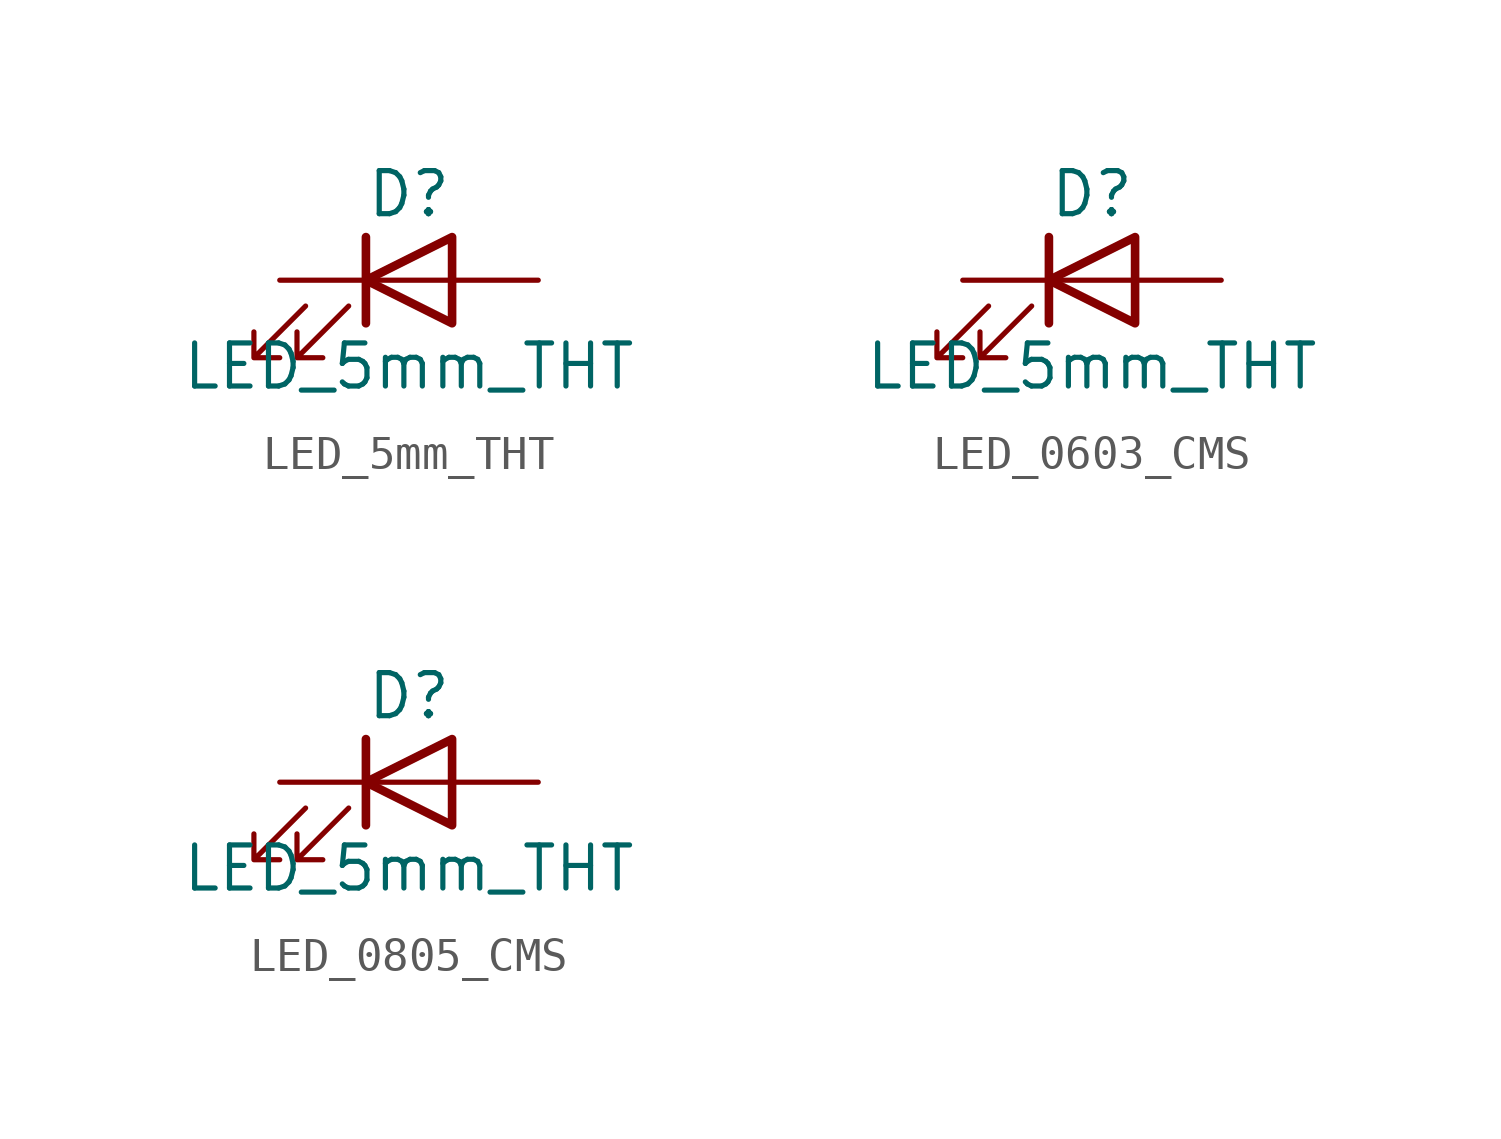
<source format=kicad_sym>
(kicad_symbol_lib
  (version 20231120)
  (generator "kicad_symbol_editor")
  (generator_version "8.0")
  (symbol "LED_5mm_THT"
    (pin_numbers hide)
    (pin_names
      (offset 1.016) hide)
    (property "Reference" "D"
      (at 0 2.54 0)
      (effects (font (size 1.27 1.27))))
    (property "Value" "LED_5mm_THT"
      (at 0 -2.54 0)
      (effects (font (size 1.27 1.27))))
    (symbol "LED_5mm_THT_0_1"
      (polyline (pts (xy -1.27 -1.27) (xy -1.27 1.27)) (stroke (width 0.254) (type default)) (fill (type none)))
      (polyline (pts (xy -1.27 0) (xy 1.27 0)) (stroke (width 0) (type default)) (fill (type none)))
      (polyline (pts (xy 1.27 -1.27) (xy 1.27 1.27) (xy -1.27 0) (xy 1.27 -1.27)) (stroke (width 0.254) (type default)) (fill (type none)))
      (polyline (pts (xy -3.048 -0.762) (xy -4.572 -2.286) (xy -3.81 -2.286) (xy -4.572 -2.286) (xy -4.572 -1.524)) (stroke (width 0) (type default)) (fill (type none)))
      (polyline (pts (xy -1.778 -0.762) (xy -3.302 -2.286) (xy -2.54 -2.286) (xy -3.302 -2.286) (xy -3.302 -1.524)) (stroke (width 0) (type default)) (fill (type none))))
    (symbol "LED_5mm_THT_1_1"
      (pin passive line (at -3.81 0 0) (length 2.54) (name "K" (effects (font (size 1.27 1.27)))) (number "1" (effects (font (size 1.27 1.27)))))
      (pin passive line (at 3.81 0 180) (length 2.54) (name "A" (effects (font (size 1.27 1.27)))) (number "2" (effects (font (size 1.27 1.27)))))))
  (symbol "LED_0603_CMS"
    (pin_numbers hide)
    (pin_names
      (offset 1.016) hide)
    (property "Reference" "D"
      (at 0 2.54 0)
      (effects (font (size 1.27 1.27))))
    (property "Value" "LED_5mm_THT"
      (at 0 -2.54 0)
      (effects (font (size 1.27 1.27))))
    (symbol "LED_0603_CMS_0_1"
      (polyline (pts (xy -1.27 -1.27) (xy -1.27 1.27)) (stroke (width 0.254) (type default)) (fill (type none)))
      (polyline (pts (xy -1.27 0) (xy 1.27 0)) (stroke (width 0) (type default)) (fill (type none)))
      (polyline (pts (xy 1.27 -1.27) (xy 1.27 1.27) (xy -1.27 0) (xy 1.27 -1.27)) (stroke (width 0.254) (type default)) (fill (type none)))
      (polyline (pts (xy -3.048 -0.762) (xy -4.572 -2.286) (xy -3.81 -2.286) (xy -4.572 -2.286) (xy -4.572 -1.524)) (stroke (width 0) (type default)) (fill (type none)))
      (polyline (pts (xy -1.778 -0.762) (xy -3.302 -2.286) (xy -2.54 -2.286) (xy -3.302 -2.286) (xy -3.302 -1.524)) (stroke (width 0) (type default)) (fill (type none))))
    (symbol "LED_0603_CMS_1_1"
      (pin passive line (at -3.81 0 0) (length 2.54) (name "K" (effects (font (size 1.27 1.27)))) (number "1" (effects (font (size 1.27 1.27)))))
      (pin passive line (at 3.81 0 180) (length 2.54) (name "A" (effects (font (size 1.27 1.27)))) (number "2" (effects (font (size 1.27 1.27)))))))
  (symbol "LED_0805_CMS"
    (pin_numbers hide)
    (pin_names
      (offset 1.016) hide)
    (property "Reference" "D"
      (at 0 2.54 0)
      (effects (font (size 1.27 1.27))))
    (property "Value" "LED_5mm_THT"
      (at 0 -2.54 0)
      (effects (font (size 1.27 1.27))))
    (symbol "LED_0805_CMS_0_1"
      (polyline (pts (xy -1.27 -1.27) (xy -1.27 1.27)) (stroke (width 0.254) (type default)) (fill (type none)))
      (polyline (pts (xy -1.27 0) (xy 1.27 0)) (stroke (width 0) (type default)) (fill (type none)))
      (polyline (pts (xy 1.27 -1.27) (xy 1.27 1.27) (xy -1.27 0) (xy 1.27 -1.27)) (stroke (width 0.254) (type default)) (fill (type none)))
      (polyline (pts (xy -3.048 -0.762) (xy -4.572 -2.286) (xy -3.81 -2.286) (xy -4.572 -2.286) (xy -4.572 -1.524)) (stroke (width 0) (type default)) (fill (type none)))
      (polyline (pts (xy -1.778 -0.762) (xy -3.302 -2.286) (xy -2.54 -2.286) (xy -3.302 -2.286) (xy -3.302 -1.524)) (stroke (width 0) (type default)) (fill (type none))))
    (symbol "LED_0805_CMS_1_1"
      (pin passive line (at -3.81 0 0) (length 2.54) (name "K" (effects (font (size 1.27 1.27)))) (number "1" (effects (font (size 1.27 1.27)))))
      (pin passive line (at 3.81 0 180) (length 2.54) (name "A" (effects (font (size 1.27 1.27)))) (number "2" (effects (font (size 1.27 1.27))))))))
</source>
